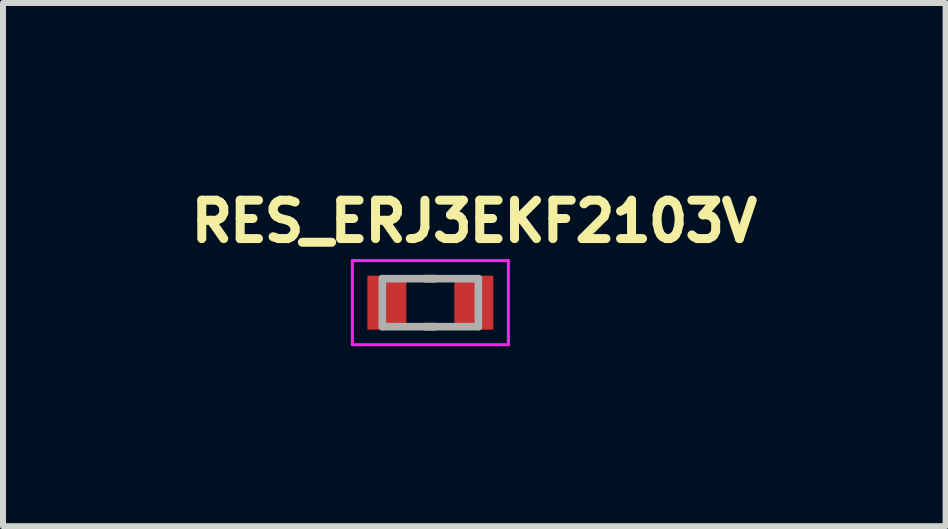
<source format=kicad_pcb>
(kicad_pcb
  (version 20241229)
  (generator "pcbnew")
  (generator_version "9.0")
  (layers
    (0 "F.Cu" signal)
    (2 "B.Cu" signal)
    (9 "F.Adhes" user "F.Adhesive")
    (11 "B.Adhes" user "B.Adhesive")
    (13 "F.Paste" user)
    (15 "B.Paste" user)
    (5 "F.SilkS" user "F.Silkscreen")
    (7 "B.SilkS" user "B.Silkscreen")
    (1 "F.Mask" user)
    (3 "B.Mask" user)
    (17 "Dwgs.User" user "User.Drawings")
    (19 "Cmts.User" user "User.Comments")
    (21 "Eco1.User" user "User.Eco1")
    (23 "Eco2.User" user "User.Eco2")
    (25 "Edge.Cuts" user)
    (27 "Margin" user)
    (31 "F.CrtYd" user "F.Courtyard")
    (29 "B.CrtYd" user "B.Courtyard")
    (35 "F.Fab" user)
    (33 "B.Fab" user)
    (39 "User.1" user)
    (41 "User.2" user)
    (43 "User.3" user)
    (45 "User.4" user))
  (footprint "RES_ERJ3EKF2103V"
    (layer "F.Cu")
    (at 4.122 1.994)
    (property "Reference" "RES_ERJ3EKF2103V" (at 0.732 -1.356 0) (layer "F.SilkS") (effects (font (size 0.64 0.64) (thickness 0.15))))
    (attr smd)
    (fp_line (start -0.08 -0.4) (end 0.08 -0.4) (stroke (width 0.127) (type solid)) (layer "F.SilkS"))
    (fp_line (start -0.08 0.4) (end 0.08 0.4) (stroke (width 0.127) (type solid)) (layer "F.SilkS"))
    (fp_line (start -1.3 -0.7) (end -1.3 0.7) (stroke (width 0.05) (type solid)) (layer "F.CrtYd"))
    (fp_line (start -1.3 0.7) (end 1.3 0.7) (stroke (width 0.05) (type solid)) (layer "F.CrtYd"))
    (fp_line (start 1.3 -0.7) (end -1.3 -0.7) (stroke (width 0.05) (type solid)) (layer "F.CrtYd"))
    (fp_line (start 1.3 0.7) (end 1.3 -0.7) (stroke (width 0.05) (type solid)) (layer "F.CrtYd"))
    (fp_line (start -0.8 -0.4) (end -0.8 0.4) (stroke (width 0.127) (type solid)) (layer "F.Fab"))
    (fp_line (start -0.8 -0.4) (end 0.8 -0.4) (stroke (width 0.127) (type solid)) (layer "F.Fab"))
    (fp_line (start -0.8 0.4) (end 0.8 0.4) (stroke (width 0.127) (type solid)) (layer "F.Fab"))
    (fp_line (start 0.8 -0.4) (end 0.8 0.4) (stroke (width 0.127) (type solid)) (layer "F.Fab"))
    (pad "1" smd rect (at -0.725 0) (size 0.65 0.9) (layers "F.Cu" "F.Mask" "F.Paste"))
    (pad "2" smd rect (at 0.725 0) (size 0.65 0.9) (layers "F.Cu" "F.Mask" "F.Paste")))
  (gr_rect
    (start -3 -3)
    (end 12.709 5.719)
    (stroke (width 0.1) (type default))
    (fill no)
    (layer "Edge.Cuts")))
</source>
